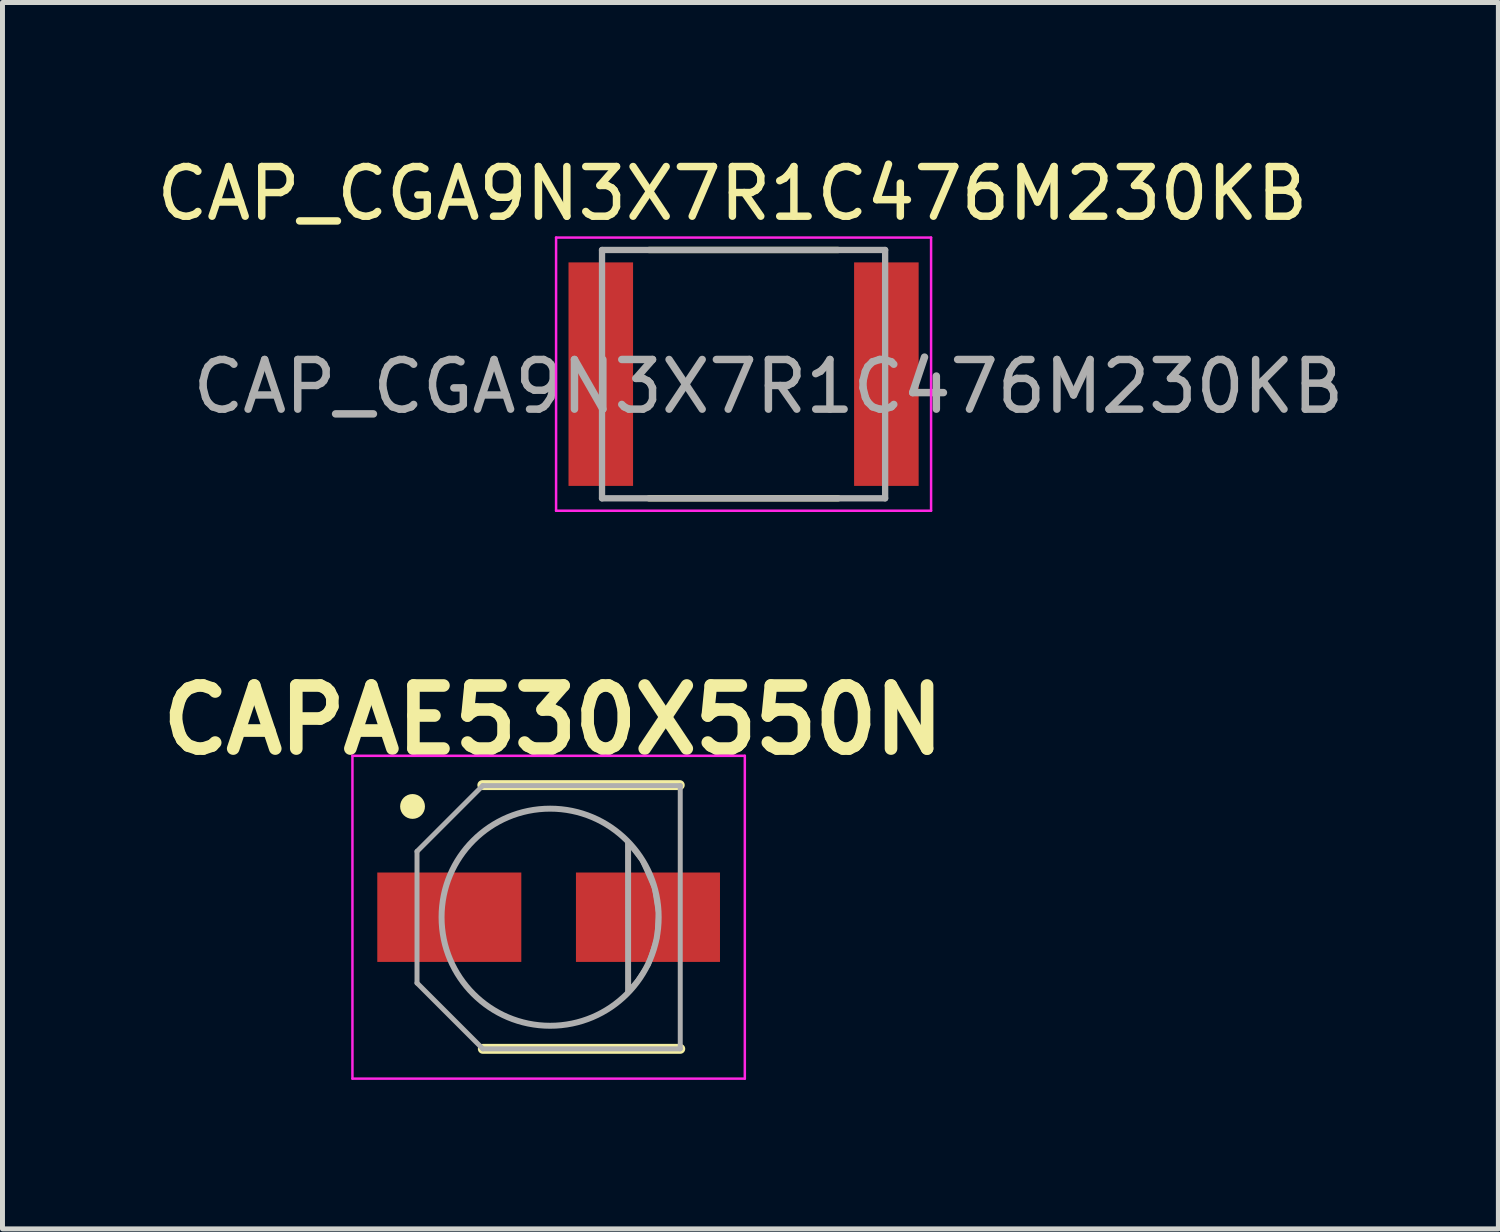
<source format=kicad_pcb>
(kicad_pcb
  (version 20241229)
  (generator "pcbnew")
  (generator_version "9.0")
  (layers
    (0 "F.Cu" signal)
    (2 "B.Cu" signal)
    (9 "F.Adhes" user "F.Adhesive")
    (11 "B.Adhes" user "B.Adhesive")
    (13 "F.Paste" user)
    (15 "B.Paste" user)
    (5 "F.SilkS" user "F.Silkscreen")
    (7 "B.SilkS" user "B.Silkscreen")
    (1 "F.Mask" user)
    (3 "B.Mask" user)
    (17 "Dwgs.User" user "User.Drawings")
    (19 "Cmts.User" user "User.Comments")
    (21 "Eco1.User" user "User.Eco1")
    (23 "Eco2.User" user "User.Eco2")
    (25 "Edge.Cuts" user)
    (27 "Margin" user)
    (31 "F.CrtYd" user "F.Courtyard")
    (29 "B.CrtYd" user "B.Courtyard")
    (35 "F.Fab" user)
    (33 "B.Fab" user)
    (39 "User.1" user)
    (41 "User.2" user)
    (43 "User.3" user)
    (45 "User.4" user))
  (footprint "CAP_CGA9N3X7R1C476M230KB"
    (layer "F.Cu")
    (at 11.921 4.483)
    (property "Reference" "CAP_CGA9N3X7R1C476M230KB" (at -0.225 -3.635 0) (layer "F.SilkS") (effects (font (size 1 1) (thickness 0.15))))
    (attr through_hole)
    (fp_poly (pts (xy -3.525 -2.25) (xy -2.225 -2.25) (xy -2.225 2.25) (xy -3.525 2.25)) (stroke (width 0.01) (type solid)) (fill yes) (layer "F.Mask"))
    (fp_poly (pts (xy 2.225 -2.25) (xy 3.525 -2.25) (xy 3.525 2.25) (xy 2.225 2.25)) (stroke (width 0.01) (type solid)) (fill yes) (layer "F.Mask"))
    (fp_line (start 1.905 -2.5) (end -1.905 -2.5) (stroke (width 0.127) (type solid)) (layer "F.SilkS"))
    (fp_line (start 1.905 2.5) (end -1.905 2.5) (stroke (width 0.127) (type solid)) (layer "F.SilkS"))
    (fp_line (start -3.775 -2.75) (end 3.775 -2.75) (stroke (width 0.05) (type solid)) (layer "F.CrtYd"))
    (fp_line (start -3.775 2.75) (end -3.775 -2.75) (stroke (width 0.05) (type solid)) (layer "F.CrtYd"))
    (fp_line (start -3.775 2.75) (end 3.775 2.75) (stroke (width 0.05) (type solid)) (layer "F.CrtYd"))
    (fp_line (start 3.775 2.75) (end 3.775 -2.75) (stroke (width 0.05) (type solid)) (layer "F.CrtYd"))
    (fp_line (start -2.85 2.5) (end -2.85 -2.5) (stroke (width 0.127) (type solid)) (layer "F.Fab"))
    (fp_line (start 2.85 -2.5) (end -2.85 -2.5) (stroke (width 0.127) (type solid)) (layer "F.Fab"))
    (fp_line (start 2.85 2.5) (end -2.85 2.5) (stroke (width 0.127) (type solid)) (layer "F.Fab"))
    (fp_line (start 2.85 2.5) (end 2.85 -2.5) (stroke (width 0.127) (type solid)) (layer "F.Fab"))
    (fp_text user "${REFERENCE}" (at 0.5 0.25 0) (layer "F.Fab") (effects (font (size 1 1) (thickness 0.15))))
    (pad "1" smd rect (at -2.875 0) (size 1.3 4.5) (layers "F.Cu" "F.Paste"))
    (pad "2" smd rect (at 2.875 0) (size 1.3 4.5) (layers "F.Cu" "F.Paste")))
  (footprint "CAPAE530X550N"
    (layer "F.Cu")
    (at 7.996 15.417)
    (property "Reference" "CAPAE530X550N" (at 0.09 -3.97 0) (layer "F.SilkS") (effects (font (size 1.27 1.27) (thickness 0.254))))
    (attr smd)
    (fp_line (start -1.335 -2.66) (end 2.64 -2.66) (stroke (width 0.2) (type solid)) (layer "F.SilkS"))
    (fp_line (start -1.325 2.65) (end 2.65 2.65) (stroke (width 0.2) (type solid)) (layer "F.SilkS"))
    (fp_circle (center -2.74 -2.23) (end -2.615 -2.23) (stroke (width 0.25) (type solid)) (fill no) (layer "F.SilkS"))
    (fp_line (start -3.95 -3.25) (end 3.95 -3.25) (stroke (width 0.05) (type solid)) (layer "F.CrtYd"))
    (fp_line (start -3.95 3.25) (end -3.95 -3.25) (stroke (width 0.05) (type solid)) (layer "F.CrtYd"))
    (fp_line (start 3.95 -3.25) (end 3.95 3.25) (stroke (width 0.05) (type solid)) (layer "F.CrtYd"))
    (fp_line (start 3.95 3.25) (end -3.95 3.25) (stroke (width 0.05) (type solid)) (layer "F.CrtYd"))
    (fp_line (start -2.65 -1.325) (end -2.65 1.325) (stroke (width 0.1) (type solid)) (layer "F.Fab"))
    (fp_line (start -2.65 1.325) (end -1.325 2.65) (stroke (width 0.1) (type solid)) (layer "F.Fab"))
    (fp_line (start -1.325 -2.65) (end -2.65 -1.325) (stroke (width 0.1) (type solid)) (layer "F.Fab"))
    (fp_line (start -1.325 2.65) (end 2.65 2.65) (stroke (width 0.1) (type solid)) (layer "F.Fab"))
    (fp_line (start 1.6 -1.5) (end 1.6 1.5) (stroke (width 0.12) (type solid)) (layer "F.Fab"))
    (fp_line (start 2.65 -2.65) (end -1.325 -2.65) (stroke (width 0.1) (type solid)) (layer "F.Fab"))
    (fp_line (start 2.65 2.65) (end 2.65 -2.65) (stroke (width 0.1) (type solid)) (layer "F.Fab"))
    (fp_circle (center 0.03 0) (end 1.7 1.41) (stroke (width 0.12) (type solid)) (fill no) (layer "F.Fab"))
    (fp_poly (pts (xy 1.88 -1.15) (xy 1.99 -0.91) (xy 2.13 -0.59) (xy 2.21 -0.09) (xy 2.18 0.42) (xy 2.01 0.95) (xy 1.79 1.28) (xy 1.61 1.49) (xy 1.6 -1.51)) (stroke (width 0.1) (type solid)) (fill no) (layer "F.Fab"))
    (pad "1" smd rect (at -2 0 90) (size 1.8 2.9) (layers "F.Cu" "F.Mask" "F.Paste"))
    (pad "2" smd rect (at 2 0 90) (size 1.8 2.9) (layers "F.Cu" "F.Mask" "F.Paste")))
  (gr_rect
    (start -3 -3)
    (end 27.118 21.692)
    (stroke (width 0.1) (type default))
    (fill no)
    (layer "Edge.Cuts")))
</source>
